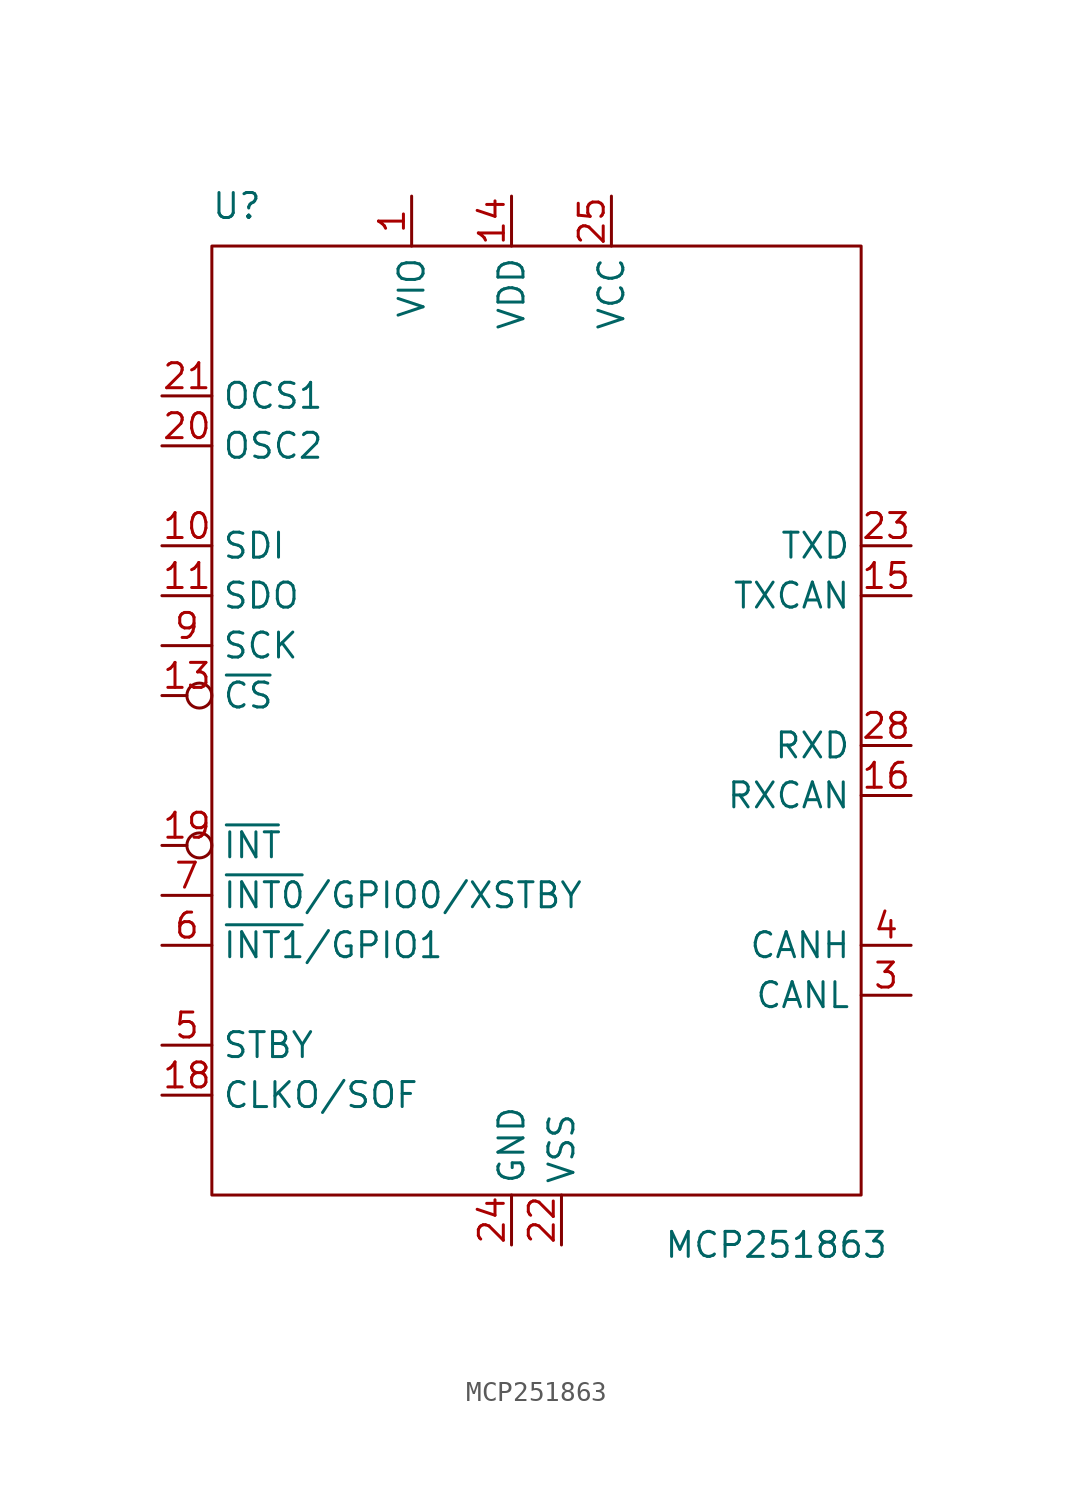
<source format=kicad_sym>
(kicad_symbol_lib
  (version 20240819)
  (generator "kicad_symbol_editor")
  (generator_version "8.99")
  (symbol "MCP251863"
    (property "Reference" "U"
      (at -13.97 27.432 0)
      (effects (font (size 1.27 1.27))))
    (property "Value" "MCP251863"
      (at 13.462 -25.4 0)
      (effects (font (size 1.27 1.27))))
    (symbol "MCP251863_0_0"
      (pin input line (at -17.78 17.78 0) (length 2.54) (name "OCS1" (effects (font (size 1.27 1.27)))) (number "21" (effects (font (size 1.27 1.27)))))
      (pin output line (at -17.78 15.24 0) (length 2.54) (name "OSC2" (effects (font (size 1.27 1.27)))) (number "20" (effects (font (size 1.27 1.27)))))
      (pin input line (at -17.78 10.16 0) (length 2.54) (name "SDI" (effects (font (size 1.27 1.27)))) (number "10" (effects (font (size 1.27 1.27)))))
      (pin output line (at -17.78 7.62 0) (length 2.54) (name "SDO" (effects (font (size 1.27 1.27)))) (number "11" (effects (font (size 1.27 1.27)))))
      (pin input line (at -17.78 5.08 0) (length 2.54) (name "SCK" (effects (font (size 1.27 1.27)))) (number "9" (effects (font (size 1.27 1.27)))))
      (pin input inverted (at -17.78 2.54 0) (length 2.54) (name "~{CS}" (effects (font (size 1.27 1.27)))) (number "13" (effects (font (size 1.27 1.27)))))
      (pin output inverted (at -17.78 -5.08 0) (length 2.54) (name "~{INT}" (effects (font (size 1.27 1.27)))) (number "19" (effects (font (size 1.27 1.27)))))
      (pin input line (at -17.78 -15.24 0) (length 2.54) (name "STBY" (effects (font (size 1.27 1.27)))) (number "5" (effects (font (size 1.27 1.27)))))
      (pin output line (at -17.78 -17.78 0) (length 2.54) (name "CLKO/SOF" (effects (font (size 1.27 1.27)))) (number "18" (effects (font (size 1.27 1.27)))))
      (pin power_in line (at 0 27.94 270) (length 2.54) (name "VDD" (effects (font (size 1.27 1.27)))) (number "14" (effects (font (size 1.27 1.27)))))
      (pin passive line (at 0 -25.4 90) (length 2.54) (name "GND" (effects (font (size 1.27 1.27)))) (number "24" (effects (font (size 1.27 1.27)))))
      (pin passive line (at 2.54 -25.4 90) (length 2.54) (name "VSS" (effects (font (size 1.27 1.27)))) (number "22" (effects (font (size 1.27 1.27)))))
      (pin power_in line (at 5.08 27.94 270) (length 2.54) (name "VCC" (effects (font (size 1.27 1.27)))) (number "25" (effects (font (size 1.27 1.27)))))
      (pin input line (at 20.32 10.16 180) (length 2.54) (name "TXD" (effects (font (size 1.27 1.27)))) (number "23" (effects (font (size 1.27 1.27)))))
      (pin output line (at 20.32 7.62 180) (length 2.54) (name "TXCAN" (effects (font (size 1.27 1.27)))) (number "15" (effects (font (size 1.27 1.27)))))
      (pin output line (at 20.32 0 180) (length 2.54) (name "RXD" (effects (font (size 1.27 1.27)))) (number "28" (effects (font (size 1.27 1.27)))))
      (pin input line (at 20.32 -2.54 180) (length 2.54) (name "RXCAN" (effects (font (size 1.27 1.27)))) (number "16" (effects (font (size 1.27 1.27)))))
      (pin bidirectional line (at 20.32 -10.16 180) (length 2.54) (name "CANH" (effects (font (size 1.27 1.27)))) (number "4" (effects (font (size 1.27 1.27)))))
      (pin bidirectional line (at 20.32 -12.7 180) (length 2.54) (name "CANL" (effects (font (size 1.27 1.27)))) (number "3" (effects (font (size 1.27 1.27))))))
    (symbol "MCP251863_0_1"
      (rectangle (start -15.24 25.4) (end 17.78 -22.86) (stroke (width 0) (type default)) (fill (type none))))
    (symbol "MCP251863_1_0"
      (pin bidirectional line (at -17.78 -7.62 0) (length 2.54) (name "~{INT0}/GPIO0/XSTBY" (effects (font (size 1.27 1.27)))) (number "7" (effects (font (size 1.27 1.27)))))
      (pin bidirectional line (at -17.78 -10.16 0) (length 2.54) (name "~{INT1}/GPIO1" (effects (font (size 1.27 1.27)))) (number "6" (effects (font (size 1.27 1.27)))))
      (pin no_connect line (at -15.24 -25.4 90) (length 2.54) (hide yes) (name "NC" (effects (font (size 1.27 1.27)))) (number "12" (effects (font (size 1.27 1.27)))))
      (pin no_connect line (at -12.7 -25.4 90) (length 2.54) (hide yes) (name "NC" (effects (font (size 1.27 1.27)))) (number "8" (effects (font (size 1.27 1.27)))))
      (pin no_connect line (at -10.16 -25.4 90) (length 2.54) (hide yes) (name "NC" (effects (font (size 1.27 1.27)))) (number "2" (effects (font (size 1.27 1.27)))))
      (pin no_connect line (at -7.62 -25.4 90) (length 2.54) (hide yes) (name "NC" (effects (font (size 1.27 1.27)))) (number "26" (effects (font (size 1.27 1.27)))))
      (pin power_in line (at -5.08 27.94 270) (length 2.54) (name "VIO" (effects (font (size 1.27 1.27)))) (number "1" (effects (font (size 1.27 1.27)))))
      (pin no_connect line (at -5.08 -25.4 90) (length 2.54) (hide yes) (name "NC" (effects (font (size 1.27 1.27)))) (number "27" (effects (font (size 1.27 1.27)))))
      (pin no_connect line (at -2.54 -25.4 90) (length 2.54) (hide yes) (name "NC" (effects (font (size 1.27 1.27)))) (number "17" (effects (font (size 1.27 1.27))))))))
</source>
